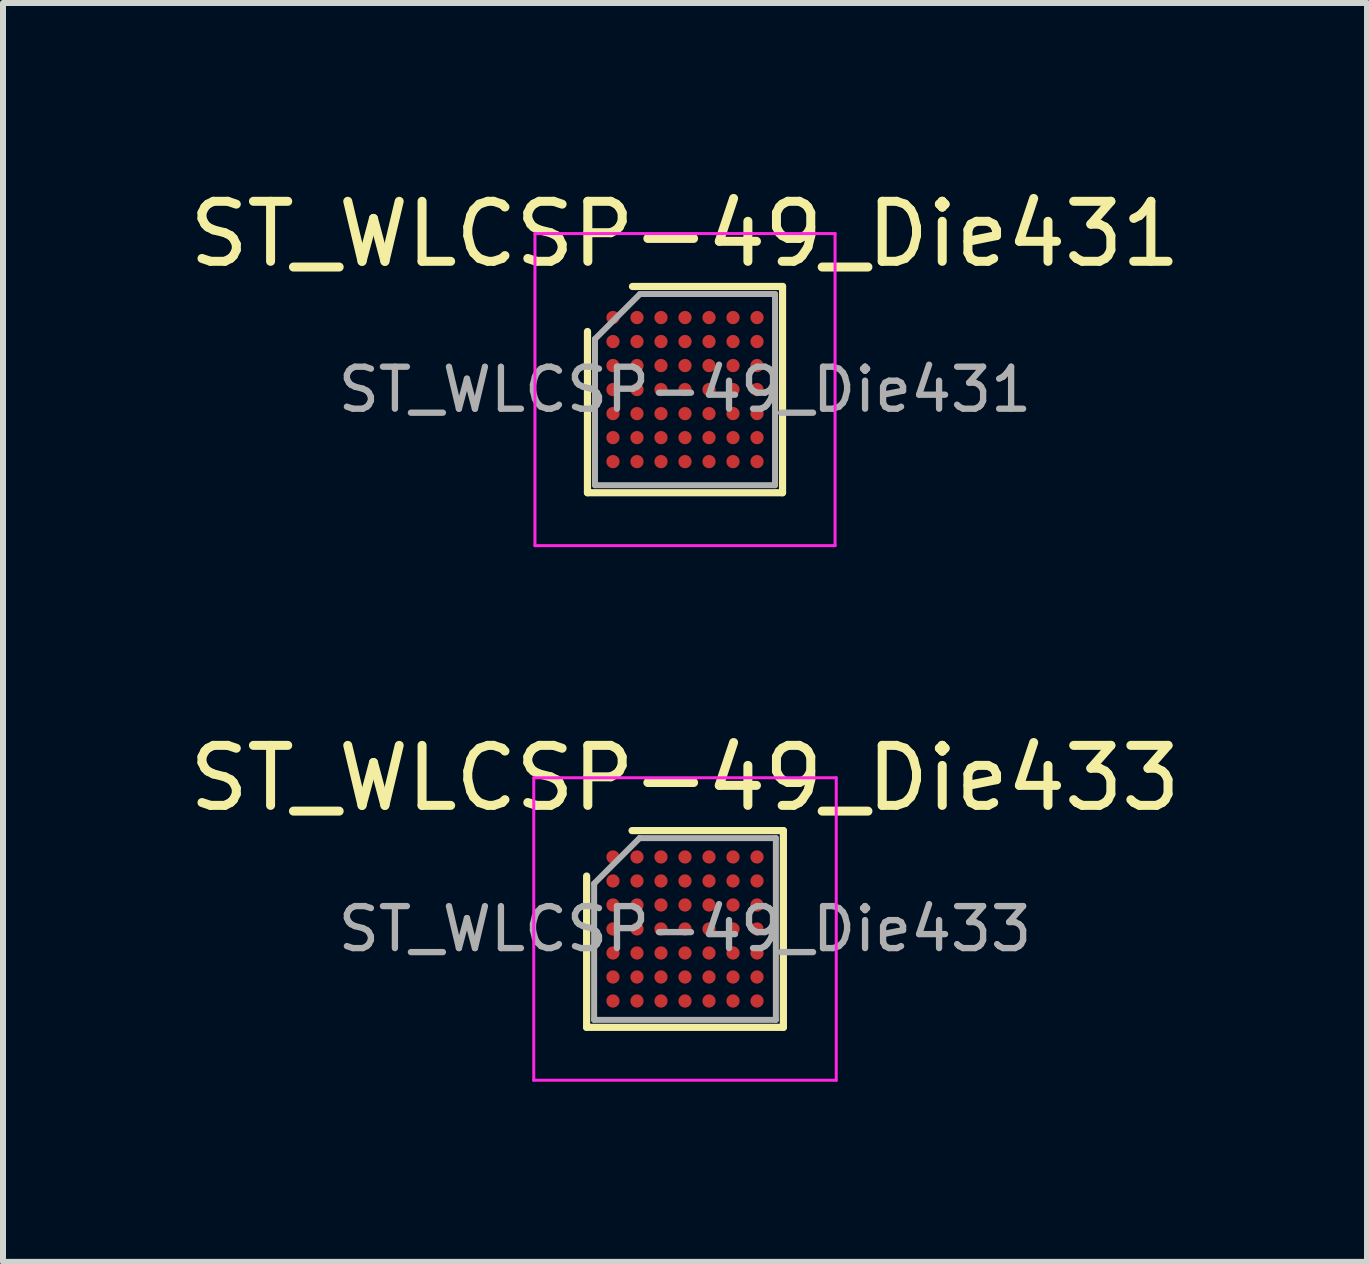
<source format=kicad_pcb>
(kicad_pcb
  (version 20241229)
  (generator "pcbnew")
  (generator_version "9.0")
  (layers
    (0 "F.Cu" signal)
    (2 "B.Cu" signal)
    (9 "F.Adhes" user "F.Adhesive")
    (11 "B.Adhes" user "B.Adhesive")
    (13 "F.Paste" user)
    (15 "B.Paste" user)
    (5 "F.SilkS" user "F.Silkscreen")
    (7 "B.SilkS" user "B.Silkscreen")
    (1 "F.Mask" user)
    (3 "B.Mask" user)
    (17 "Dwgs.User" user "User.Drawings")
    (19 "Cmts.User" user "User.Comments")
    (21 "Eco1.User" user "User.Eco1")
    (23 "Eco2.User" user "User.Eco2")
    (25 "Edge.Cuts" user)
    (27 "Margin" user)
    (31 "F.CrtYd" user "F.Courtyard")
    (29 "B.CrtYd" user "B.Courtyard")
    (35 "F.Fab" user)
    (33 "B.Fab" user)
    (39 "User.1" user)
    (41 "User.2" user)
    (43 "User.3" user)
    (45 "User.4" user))
  (footprint "ST_WLCSP-49_Die433"
    (layer "F.Cu")
    (at 8.363 12.428)
    (property "Reference" "ST_WLCSP-49_Die433" (at 0 -2.514 0) (layer "F.SilkS") (effects (font (size 1 1) (thickness 0.15))))
    (attr smd)
    (fp_line (start -1.639 1.639) (end -1.639 -0.882) (stroke (width 0.12) (type solid)) (layer "F.SilkS"))
    (fp_line (start -0.882 -1.639) (end 1.639 -1.639) (stroke (width 0.12) (type solid)) (layer "F.SilkS"))
    (fp_line (start 1.639 -1.639) (end 1.639 1.639) (stroke (width 0.12) (type solid)) (layer "F.SilkS"))
    (fp_line (start 1.639 1.639) (end -1.639 1.639) (stroke (width 0.12) (type solid)) (layer "F.SilkS"))
    (fp_line (start -2.52 -2.52) (end -2.52 2.52) (stroke (width 0.05) (type solid)) (layer "F.CrtYd"))
    (fp_line (start -2.52 2.52) (end 2.52 2.52) (stroke (width 0.05) (type solid)) (layer "F.CrtYd"))
    (fp_line (start 2.52 -2.52) (end -2.52 -2.52) (stroke (width 0.05) (type solid)) (layer "F.CrtYd"))
    (fp_line (start 2.52 2.52) (end 2.52 -2.52) (stroke (width 0.05) (type solid)) (layer "F.CrtYd"))
    (fp_line (start -1.514 -0.757) (end -0.757 -1.514) (stroke (width 0.1) (type solid)) (layer "F.Fab"))
    (fp_line (start -1.514 1.514) (end -1.514 -0.757) (stroke (width 0.1) (type solid)) (layer "F.Fab"))
    (fp_line (start -0.757 -1.514) (end 1.514 -1.514) (stroke (width 0.1) (type solid)) (layer "F.Fab"))
    (fp_line (start 1.514 -1.514) (end 1.514 1.514) (stroke (width 0.1) (type solid)) (layer "F.Fab"))
    (fp_line (start 1.514 1.514) (end -1.514 1.514) (stroke (width 0.1) (type solid)) (layer "F.Fab"))
    (fp_text user "${REFERENCE}" (at 0 0 0) (layer "F.Fab") (effects (font (size 0.7 0.7) (thickness 0.105))))
    (pad "A1" smd circle (at -1.2 -1.2) (size 0.22 0.22) (layers "F.Cu" "F.Mask" "F.Paste"))
    (pad "A2" smd circle (at -0.8 -1.2) (size 0.22 0.22) (layers "F.Cu" "F.Mask" "F.Paste"))
    (pad "A3" smd circle (at -0.4 -1.2) (size 0.22 0.22) (layers "F.Cu" "F.Mask" "F.Paste"))
    (pad "A4" smd circle (at 0 -1.2) (size 0.22 0.22) (layers "F.Cu" "F.Mask" "F.Paste"))
    (pad "A5" smd circle (at 0.4 -1.2) (size 0.22 0.22) (layers "F.Cu" "F.Mask" "F.Paste"))
    (pad "A6" smd circle (at 0.8 -1.2) (size 0.22 0.22) (layers "F.Cu" "F.Mask" "F.Paste"))
    (pad "A7" smd circle (at 1.2 -1.2) (size 0.22 0.22) (layers "F.Cu" "F.Mask" "F.Paste"))
    (pad "B1" smd circle (at -1.2 -0.8) (size 0.22 0.22) (layers "F.Cu" "F.Mask" "F.Paste"))
    (pad "B2" smd circle (at -0.8 -0.8) (size 0.22 0.22) (layers "F.Cu" "F.Mask" "F.Paste"))
    (pad "B3" smd circle (at -0.4 -0.8) (size 0.22 0.22) (layers "F.Cu" "F.Mask" "F.Paste"))
    (pad "B4" smd circle (at 0 -0.8) (size 0.22 0.22) (layers "F.Cu" "F.Mask" "F.Paste"))
    (pad "B5" smd circle (at 0.4 -0.8) (size 0.22 0.22) (layers "F.Cu" "F.Mask" "F.Paste"))
    (pad "B6" smd circle (at 0.8 -0.8) (size 0.22 0.22) (layers "F.Cu" "F.Mask" "F.Paste"))
    (pad "B7" smd circle (at 1.2 -0.8) (size 0.22 0.22) (layers "F.Cu" "F.Mask" "F.Paste"))
    (pad "C1" smd circle (at -1.2 -0.4) (size 0.22 0.22) (layers "F.Cu" "F.Mask" "F.Paste"))
    (pad "C2" smd circle (at -0.8 -0.4) (size 0.22 0.22) (layers "F.Cu" "F.Mask" "F.Paste"))
    (pad "C3" smd circle (at -0.4 -0.4) (size 0.22 0.22) (layers "F.Cu" "F.Mask" "F.Paste"))
    (pad "C4" smd circle (at 0 -0.4) (size 0.22 0.22) (layers "F.Cu" "F.Mask" "F.Paste"))
    (pad "C5" smd circle (at 0.4 -0.4) (size 0.22 0.22) (layers "F.Cu" "F.Mask" "F.Paste"))
    (pad "C6" smd circle (at 0.8 -0.4) (size 0.22 0.22) (layers "F.Cu" "F.Mask" "F.Paste"))
    (pad "C7" smd circle (at 1.2 -0.4) (size 0.22 0.22) (layers "F.Cu" "F.Mask" "F.Paste"))
    (pad "D1" smd circle (at -1.2 0) (size 0.22 0.22) (layers "F.Cu" "F.Mask" "F.Paste"))
    (pad "D2" smd circle (at -0.8 0) (size 0.22 0.22) (layers "F.Cu" "F.Mask" "F.Paste"))
    (pad "D3" smd circle (at -0.4 0) (size 0.22 0.22) (layers "F.Cu" "F.Mask" "F.Paste"))
    (pad "D4" smd circle (at 0 0) (size 0.22 0.22) (layers "F.Cu" "F.Mask" "F.Paste"))
    (pad "D5" smd circle (at 0.4 0) (size 0.22 0.22) (layers "F.Cu" "F.Mask" "F.Paste"))
    (pad "D6" smd circle (at 0.8 0) (size 0.22 0.22) (layers "F.Cu" "F.Mask" "F.Paste"))
    (pad "D7" smd circle (at 1.2 0) (size 0.22 0.22) (layers "F.Cu" "F.Mask" "F.Paste"))
    (pad "E1" smd circle (at -1.2 0.4) (size 0.22 0.22) (layers "F.Cu" "F.Mask" "F.Paste"))
    (pad "E2" smd circle (at -0.8 0.4) (size 0.22 0.22) (layers "F.Cu" "F.Mask" "F.Paste"))
    (pad "E3" smd circle (at -0.4 0.4) (size 0.22 0.22) (layers "F.Cu" "F.Mask" "F.Paste"))
    (pad "E4" smd circle (at 0 0.4) (size 0.22 0.22) (layers "F.Cu" "F.Mask" "F.Paste"))
    (pad "E5" smd circle (at 0.4 0.4) (size 0.22 0.22) (layers "F.Cu" "F.Mask" "F.Paste"))
    (pad "E6" smd circle (at 0.8 0.4) (size 0.22 0.22) (layers "F.Cu" "F.Mask" "F.Paste"))
    (pad "E7" smd circle (at 1.2 0.4) (size 0.22 0.22) (layers "F.Cu" "F.Mask" "F.Paste"))
    (pad "F1" smd circle (at -1.2 0.8) (size 0.22 0.22) (layers "F.Cu" "F.Mask" "F.Paste"))
    (pad "F2" smd circle (at -0.8 0.8) (size 0.22 0.22) (layers "F.Cu" "F.Mask" "F.Paste"))
    (pad "F3" smd circle (at -0.4 0.8) (size 0.22 0.22) (layers "F.Cu" "F.Mask" "F.Paste"))
    (pad "F4" smd circle (at 0 0.8) (size 0.22 0.22) (layers "F.Cu" "F.Mask" "F.Paste"))
    (pad "F5" smd circle (at 0.4 0.8) (size 0.22 0.22) (layers "F.Cu" "F.Mask" "F.Paste"))
    (pad "F6" smd circle (at 0.8 0.8) (size 0.22 0.22) (layers "F.Cu" "F.Mask" "F.Paste"))
    (pad "F7" smd circle (at 1.2 0.8) (size 0.22 0.22) (layers "F.Cu" "F.Mask" "F.Paste"))
    (pad "G1" smd circle (at -1.2 1.2) (size 0.22 0.22) (layers "F.Cu" "F.Mask" "F.Paste"))
    (pad "G2" smd circle (at -0.8 1.2) (size 0.22 0.22) (layers "F.Cu" "F.Mask" "F.Paste"))
    (pad "G3" smd circle (at -0.4 1.2) (size 0.22 0.22) (layers "F.Cu" "F.Mask" "F.Paste"))
    (pad "G4" smd circle (at 0 1.2) (size 0.22 0.22) (layers "F.Cu" "F.Mask" "F.Paste"))
    (pad "G5" smd circle (at 0.4 1.2) (size 0.22 0.22) (layers "F.Cu" "F.Mask" "F.Paste"))
    (pad "G6" smd circle (at 0.8 1.2) (size 0.22 0.22) (layers "F.Cu" "F.Mask" "F.Paste"))
    (pad "G7" smd circle (at 1.2 1.2) (size 0.22 0.22) (layers "F.Cu" "F.Mask" "F.Paste")))
  (footprint "ST_WLCSP-49_Die431"
    (layer "F.Cu")
    (at 8.363 3.441)
    (property "Reference" "ST_WLCSP-49_Die431" (at 0 -2.592 0) (layer "F.SilkS") (effects (font (size 1 1) (thickness 0.15))))
    (attr smd)
    (fp_line (start -1.625 1.718) (end -1.625 -0.968) (stroke (width 0.12) (type solid)) (layer "F.SilkS"))
    (fp_line (start -0.875 -1.718) (end 1.625 -1.718) (stroke (width 0.12) (type solid)) (layer "F.SilkS"))
    (fp_line (start 1.625 -1.718) (end 1.625 1.718) (stroke (width 0.12) (type solid)) (layer "F.SilkS"))
    (fp_line (start 1.625 1.718) (end -1.625 1.718) (stroke (width 0.12) (type solid)) (layer "F.SilkS"))
    (fp_line (start -2.5 -2.6) (end -2.5 2.6) (stroke (width 0.05) (type solid)) (layer "F.CrtYd"))
    (fp_line (start -2.5 2.6) (end 2.5 2.6) (stroke (width 0.05) (type solid)) (layer "F.CrtYd"))
    (fp_line (start 2.5 -2.6) (end -2.5 -2.6) (stroke (width 0.05) (type solid)) (layer "F.CrtYd"))
    (fp_line (start 2.5 2.6) (end 2.5 -2.6) (stroke (width 0.05) (type solid)) (layer "F.CrtYd"))
    (fp_line (start -1.5 -0.843) (end -0.75 -1.593) (stroke (width 0.1) (type solid)) (layer "F.Fab"))
    (fp_line (start -1.5 1.593) (end -1.5 -0.843) (stroke (width 0.1) (type solid)) (layer "F.Fab"))
    (fp_line (start -0.75 -1.593) (end 1.5 -1.593) (stroke (width 0.1) (type solid)) (layer "F.Fab"))
    (fp_line (start 1.5 -1.593) (end 1.5 1.593) (stroke (width 0.1) (type solid)) (layer "F.Fab"))
    (fp_line (start 1.5 1.593) (end -1.5 1.593) (stroke (width 0.1) (type solid)) (layer "F.Fab"))
    (fp_text user "${REFERENCE}" (at 0 0 0) (layer "F.Fab") (effects (font (size 0.7 0.7) (thickness 0.105))))
    (pad "A1" smd circle (at -1.2 -1.2) (size 0.22 0.22) (layers "F.Cu" "F.Mask" "F.Paste"))
    (pad "A2" smd circle (at -0.8 -1.2) (size 0.22 0.22) (layers "F.Cu" "F.Mask" "F.Paste"))
    (pad "A3" smd circle (at -0.4 -1.2) (size 0.22 0.22) (layers "F.Cu" "F.Mask" "F.Paste"))
    (pad "A4" smd circle (at 0 -1.2) (size 0.22 0.22) (layers "F.Cu" "F.Mask" "F.Paste"))
    (pad "A5" smd circle (at 0.4 -1.2) (size 0.22 0.22) (layers "F.Cu" "F.Mask" "F.Paste"))
    (pad "A6" smd circle (at 0.8 -1.2) (size 0.22 0.22) (layers "F.Cu" "F.Mask" "F.Paste"))
    (pad "A7" smd circle (at 1.2 -1.2) (size 0.22 0.22) (layers "F.Cu" "F.Mask" "F.Paste"))
    (pad "B1" smd circle (at -1.2 -0.8) (size 0.22 0.22) (layers "F.Cu" "F.Mask" "F.Paste"))
    (pad "B2" smd circle (at -0.8 -0.8) (size 0.22 0.22) (layers "F.Cu" "F.Mask" "F.Paste"))
    (pad "B3" smd circle (at -0.4 -0.8) (size 0.22 0.22) (layers "F.Cu" "F.Mask" "F.Paste"))
    (pad "B4" smd circle (at 0 -0.8) (size 0.22 0.22) (layers "F.Cu" "F.Mask" "F.Paste"))
    (pad "B5" smd circle (at 0.4 -0.8) (size 0.22 0.22) (layers "F.Cu" "F.Mask" "F.Paste"))
    (pad "B6" smd circle (at 0.8 -0.8) (size 0.22 0.22) (layers "F.Cu" "F.Mask" "F.Paste"))
    (pad "B7" smd circle (at 1.2 -0.8) (size 0.22 0.22) (layers "F.Cu" "F.Mask" "F.Paste"))
    (pad "C1" smd circle (at -1.2 -0.4) (size 0.22 0.22) (layers "F.Cu" "F.Mask" "F.Paste"))
    (pad "C2" smd circle (at -0.8 -0.4) (size 0.22 0.22) (layers "F.Cu" "F.Mask" "F.Paste"))
    (pad "C3" smd circle (at -0.4 -0.4) (size 0.22 0.22) (layers "F.Cu" "F.Mask" "F.Paste"))
    (pad "C4" smd circle (at 0 -0.4) (size 0.22 0.22) (layers "F.Cu" "F.Mask" "F.Paste"))
    (pad "C5" smd circle (at 0.4 -0.4) (size 0.22 0.22) (layers "F.Cu" "F.Mask" "F.Paste"))
    (pad "C6" smd circle (at 0.8 -0.4) (size 0.22 0.22) (layers "F.Cu" "F.Mask" "F.Paste"))
    (pad "C7" smd circle (at 1.2 -0.4) (size 0.22 0.22) (layers "F.Cu" "F.Mask" "F.Paste"))
    (pad "D1" smd circle (at -1.2 0) (size 0.22 0.22) (layers "F.Cu" "F.Mask" "F.Paste"))
    (pad "D2" smd circle (at -0.8 0) (size 0.22 0.22) (layers "F.Cu" "F.Mask" "F.Paste"))
    (pad "D3" smd circle (at -0.4 0) (size 0.22 0.22) (layers "F.Cu" "F.Mask" "F.Paste"))
    (pad "D4" smd circle (at 0 0) (size 0.22 0.22) (layers "F.Cu" "F.Mask" "F.Paste"))
    (pad "D5" smd circle (at 0.4 0) (size 0.22 0.22) (layers "F.Cu" "F.Mask" "F.Paste"))
    (pad "D6" smd circle (at 0.8 0) (size 0.22 0.22) (layers "F.Cu" "F.Mask" "F.Paste"))
    (pad "D7" smd circle (at 1.2 0) (size 0.22 0.22) (layers "F.Cu" "F.Mask" "F.Paste"))
    (pad "E1" smd circle (at -1.2 0.4) (size 0.22 0.22) (layers "F.Cu" "F.Mask" "F.Paste"))
    (pad "E2" smd circle (at -0.8 0.4) (size 0.22 0.22) (layers "F.Cu" "F.Mask" "F.Paste"))
    (pad "E3" smd circle (at -0.4 0.4) (size 0.22 0.22) (layers "F.Cu" "F.Mask" "F.Paste"))
    (pad "E4" smd circle (at 0 0.4) (size 0.22 0.22) (layers "F.Cu" "F.Mask" "F.Paste"))
    (pad "E5" smd circle (at 0.4 0.4) (size 0.22 0.22) (layers "F.Cu" "F.Mask" "F.Paste"))
    (pad "E6" smd circle (at 0.8 0.4) (size 0.22 0.22) (layers "F.Cu" "F.Mask" "F.Paste"))
    (pad "E7" smd circle (at 1.2 0.4) (size 0.22 0.22) (layers "F.Cu" "F.Mask" "F.Paste"))
    (pad "F1" smd circle (at -1.2 0.8) (size 0.22 0.22) (layers "F.Cu" "F.Mask" "F.Paste"))
    (pad "F2" smd circle (at -0.8 0.8) (size 0.22 0.22) (layers "F.Cu" "F.Mask" "F.Paste"))
    (pad "F3" smd circle (at -0.4 0.8) (size 0.22 0.22) (layers "F.Cu" "F.Mask" "F.Paste"))
    (pad "F4" smd circle (at 0 0.8) (size 0.22 0.22) (layers "F.Cu" "F.Mask" "F.Paste"))
    (pad "F5" smd circle (at 0.4 0.8) (size 0.22 0.22) (layers "F.Cu" "F.Mask" "F.Paste"))
    (pad "F6" smd circle (at 0.8 0.8) (size 0.22 0.22) (layers "F.Cu" "F.Mask" "F.Paste"))
    (pad "F7" smd circle (at 1.2 0.8) (size 0.22 0.22) (layers "F.Cu" "F.Mask" "F.Paste"))
    (pad "G1" smd circle (at -1.2 1.2) (size 0.22 0.22) (layers "F.Cu" "F.Mask" "F.Paste"))
    (pad "G2" smd circle (at -0.8 1.2) (size 0.22 0.22) (layers "F.Cu" "F.Mask" "F.Paste"))
    (pad "G3" smd circle (at -0.4 1.2) (size 0.22 0.22) (layers "F.Cu" "F.Mask" "F.Paste"))
    (pad "G4" smd circle (at 0 1.2) (size 0.22 0.22) (layers "F.Cu" "F.Mask" "F.Paste"))
    (pad "G5" smd circle (at 0.4 1.2) (size 0.22 0.22) (layers "F.Cu" "F.Mask" "F.Paste"))
    (pad "G6" smd circle (at 0.8 1.2) (size 0.22 0.22) (layers "F.Cu" "F.Mask" "F.Paste"))
    (pad "G7" smd circle (at 1.2 1.2) (size 0.22 0.22) (layers "F.Cu" "F.Mask" "F.Paste")))
  (gr_rect
    (start -3 -3)
    (end 19.726 17.974)
    (stroke (width 0.1) (type default))
    (fill no)
    (layer "Edge.Cuts")))
</source>
